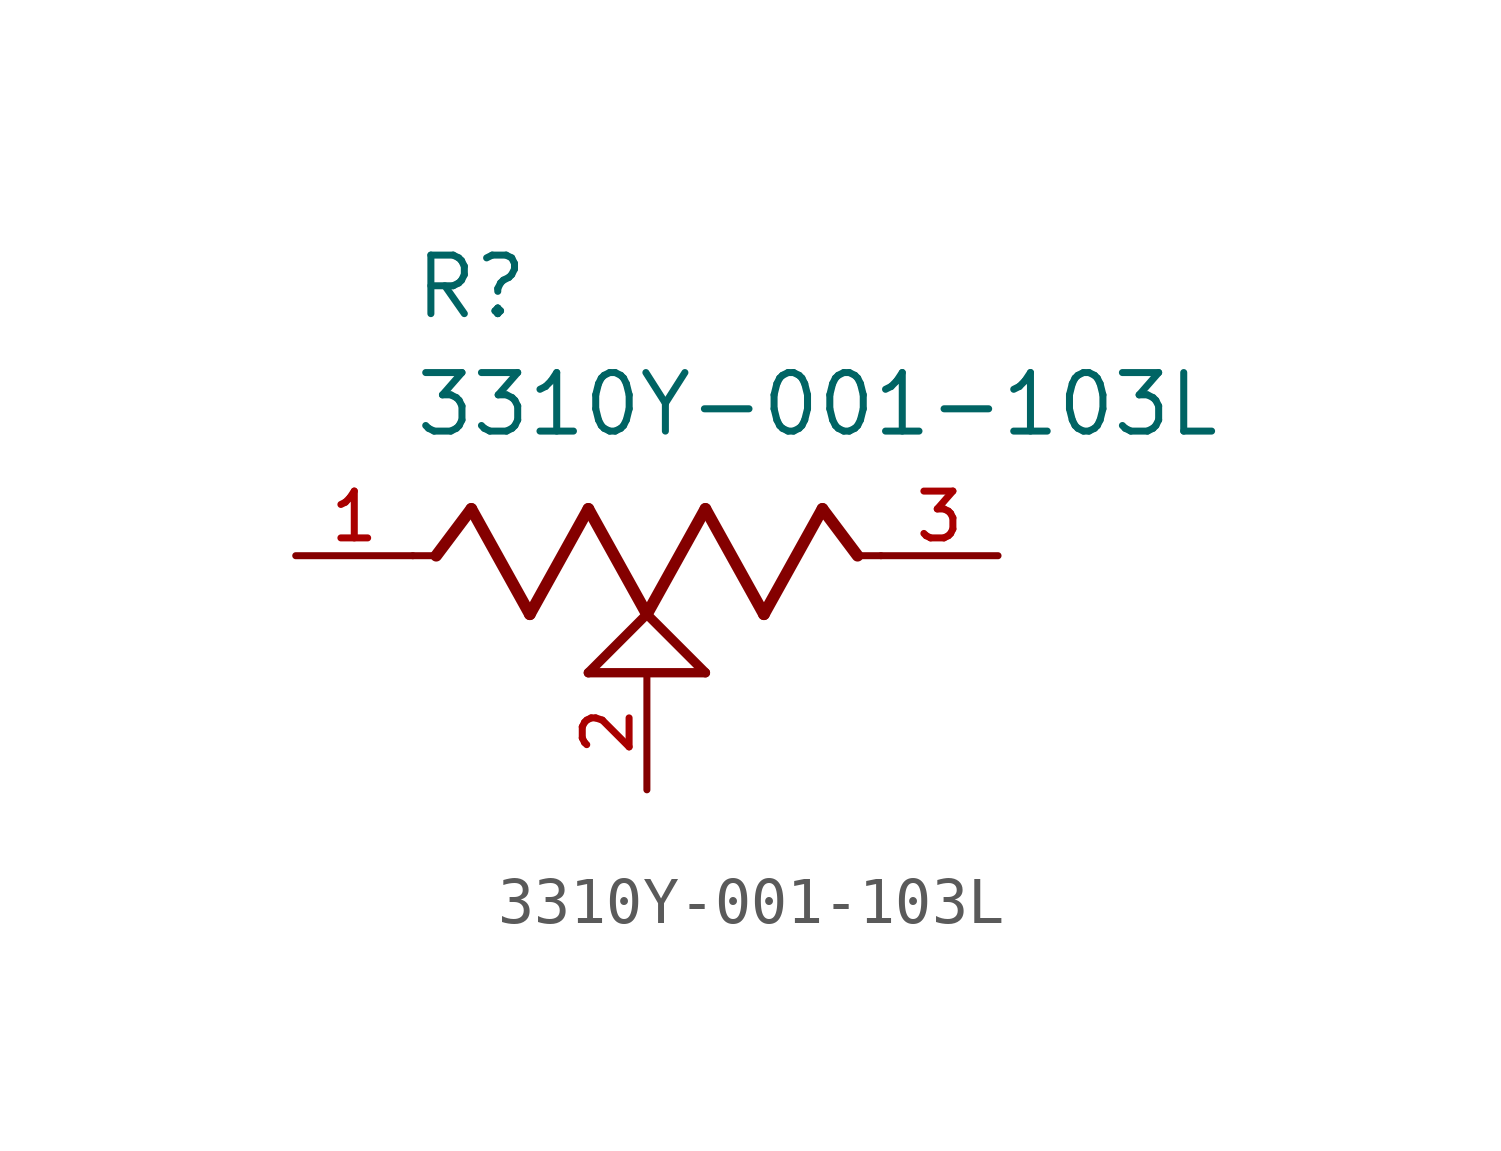
<source format=kicad_sym>
(kicad_symbol_lib
  (version 20211014)
  (generator kicad_symbol_editor)
  (symbol "3310Y-001-103L"
    (pin_names
      (offset 1.016))
    (property "Reference" "R"
      (at -5.09 5.09 0)
      (effects (font (size 1.27 1.27)) (justify bottom left)))
    (property "Value" "3310Y-001-103L"
      (at -5.081 2.541 0)
      (effects (font (size 1.27 1.27)) (justify bottom left)))
    (symbol "3310Y-001-103L_0_0"
      (polyline (pts (xy -5.08 0.0) (xy -4.572 0.0)) (stroke (width 0.152)))
      (polyline (pts (xy -4.572 0.0) (xy -3.81 1.016)) (stroke (width 0.254)))
      (polyline (pts (xy -3.81 1.016) (xy -2.54 -1.27)) (stroke (width 0.254)))
      (polyline (pts (xy -2.54 -1.27) (xy -1.27 1.016)) (stroke (width 0.254)))
      (polyline (pts (xy -1.27 1.016) (xy 0.0 -1.27)) (stroke (width 0.254)))
      (polyline (pts (xy 0.0 -1.27) (xy 1.27 1.016)) (stroke (width 0.254)))
      (polyline (pts (xy 1.27 1.016) (xy 2.54 -1.27)) (stroke (width 0.254)))
      (polyline (pts (xy 2.54 -1.27) (xy 3.81 1.016)) (stroke (width 0.254)))
      (polyline (pts (xy 3.81 1.016) (xy 4.572 0.0)) (stroke (width 0.254)))
      (polyline (pts (xy 4.572 0.0) (xy 5.08 0.0)) (stroke (width 0.152)))
      (polyline (pts (xy 0.0 -1.27) (xy 1.27 -2.54)) (stroke (width 0.203)))
      (polyline (pts (xy -1.27 -2.54) (xy 0.0 -1.27)) (stroke (width 0.203)))
      (polyline (pts (xy 1.27 -2.54) (xy -1.27 -2.54)) (stroke (width 0.203)))
      (pin passive line (at -7.62 0.0 0) (length 2.54) (name "~" (effects (font (size 1.016 1.016)))) (number "1" (effects (font (size 1.016 1.016)))))
      (pin passive line (at 7.62 0.0 180.0) (length 2.54) (name "~" (effects (font (size 1.016 1.016)))) (number "3" (effects (font (size 1.016 1.016)))))
      (pin passive line (at 0.0 -5.08 90.0) (length 2.54) (name "~" (effects (font (size 1.016 1.016)))) (number "2" (effects (font (size 1.016 1.016))))))))
</source>
